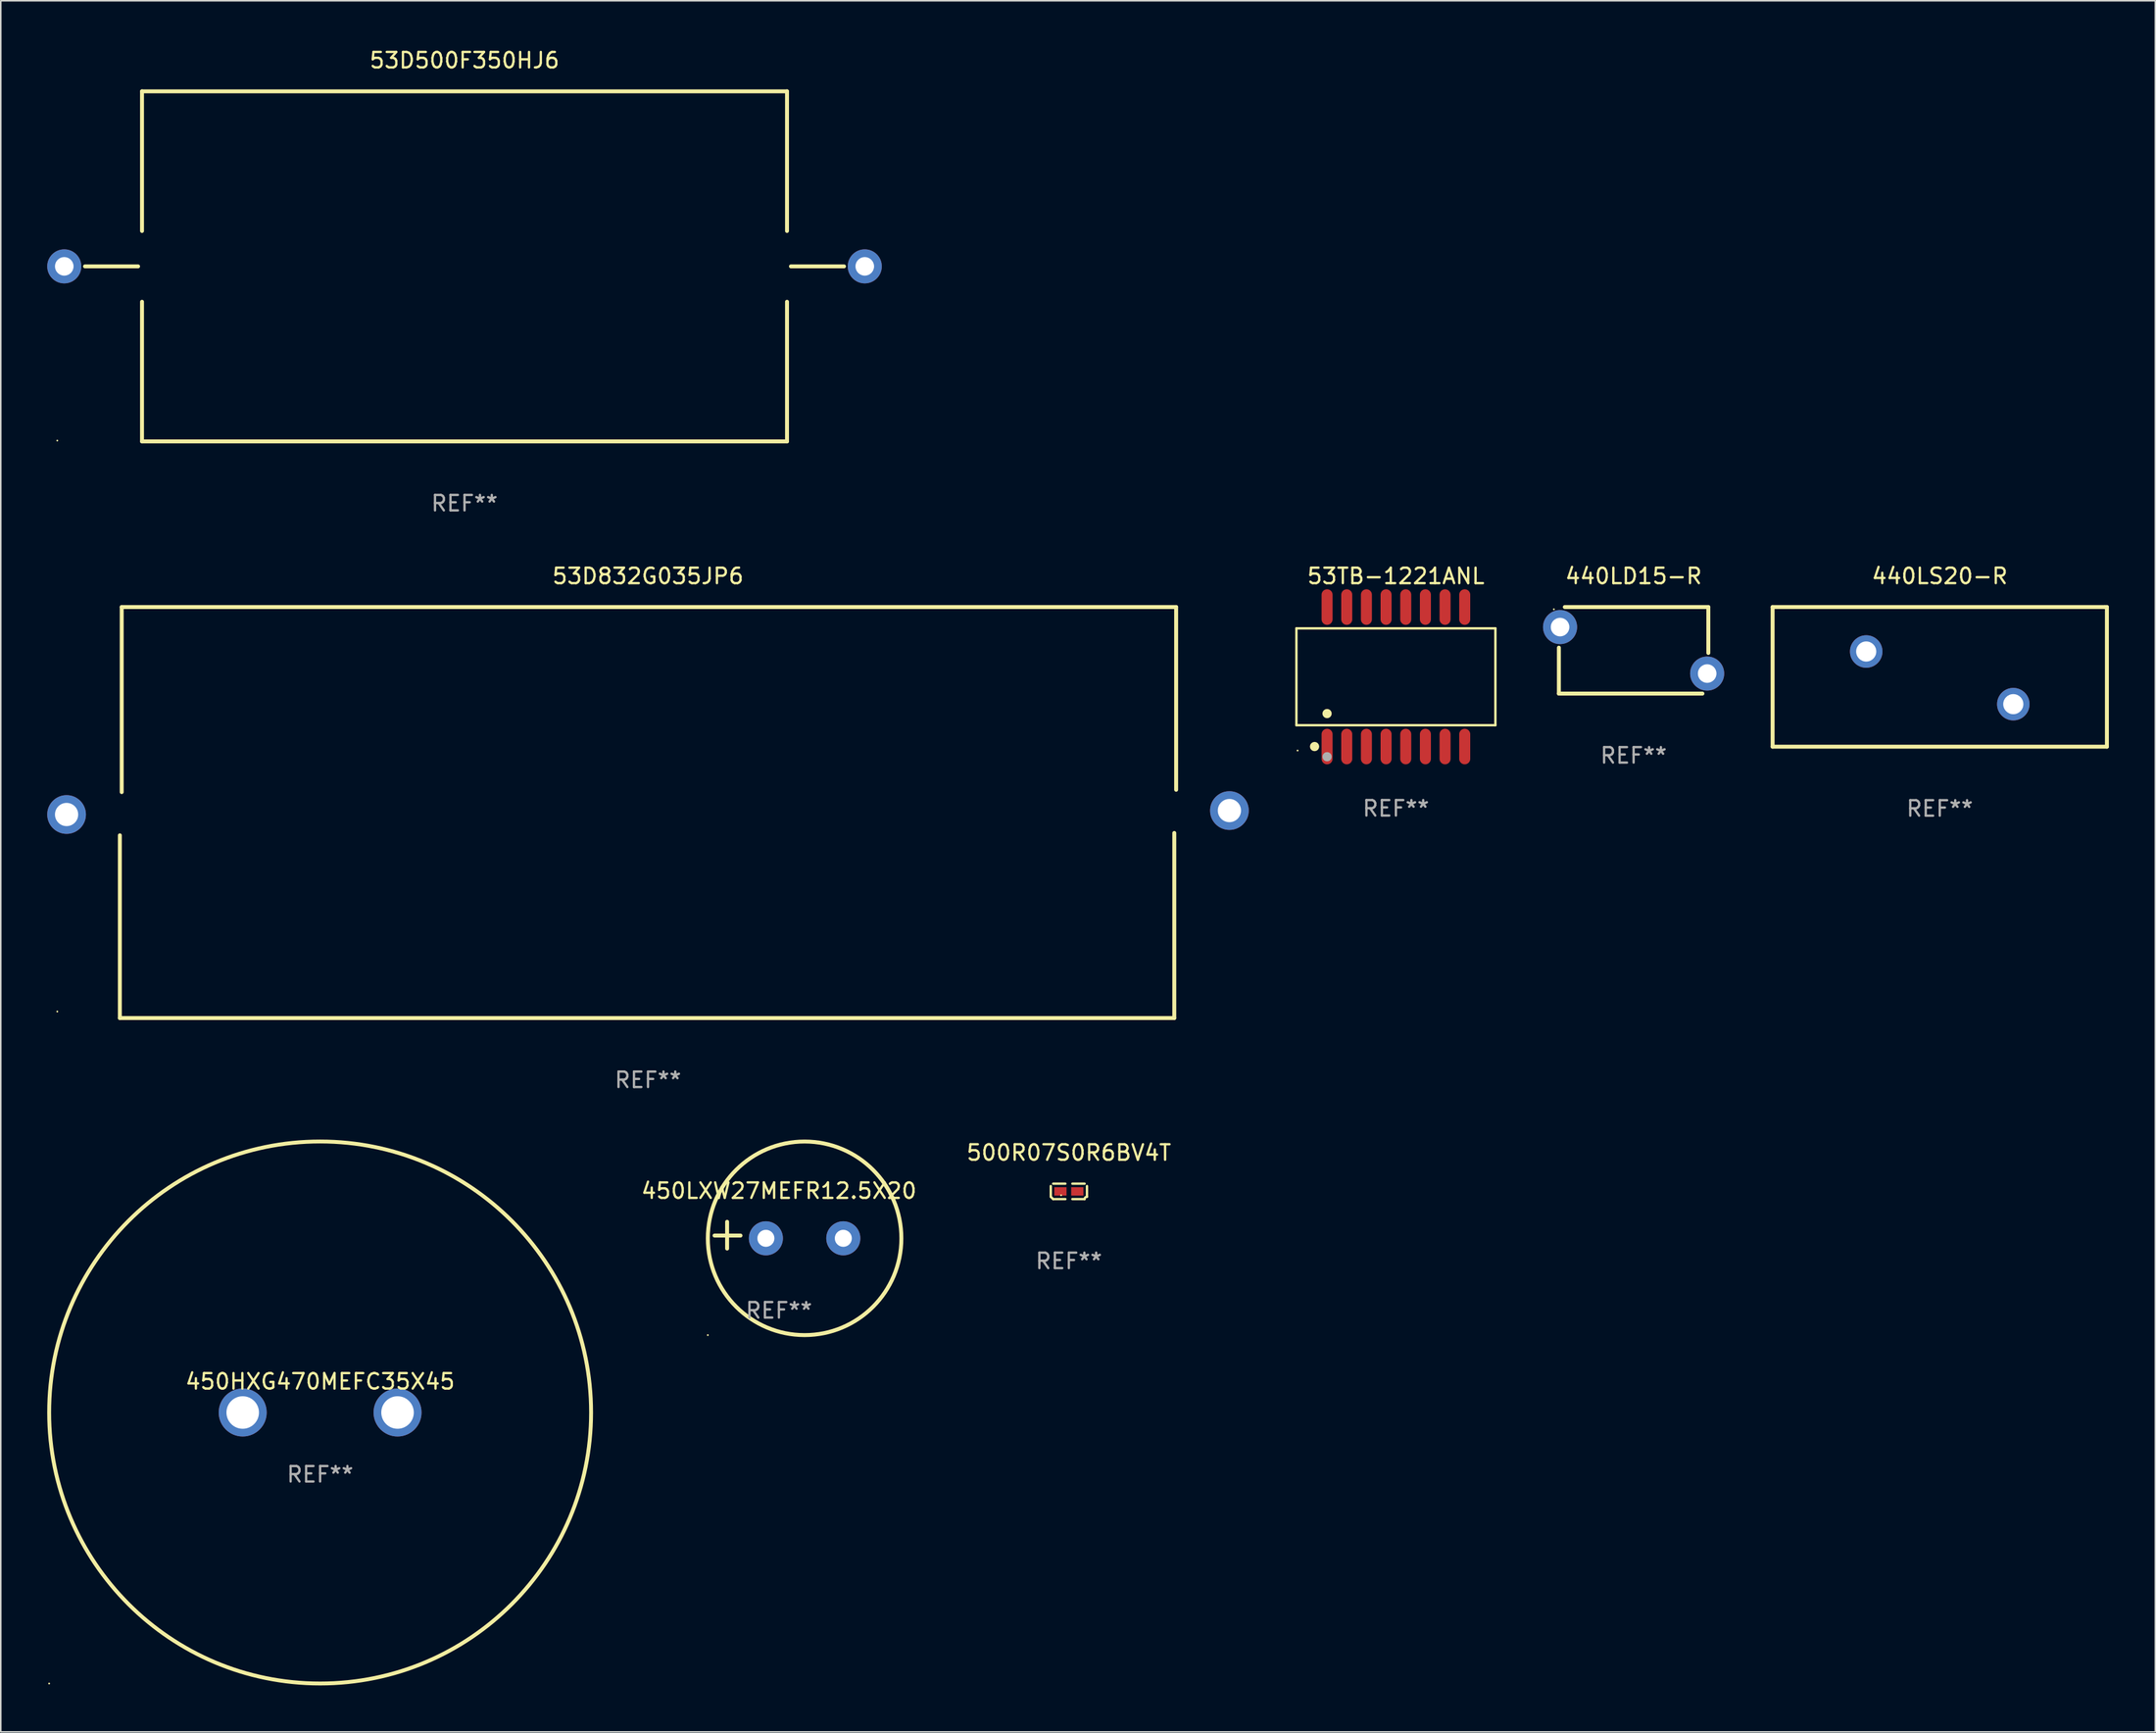
<source format=kicad_pcb>
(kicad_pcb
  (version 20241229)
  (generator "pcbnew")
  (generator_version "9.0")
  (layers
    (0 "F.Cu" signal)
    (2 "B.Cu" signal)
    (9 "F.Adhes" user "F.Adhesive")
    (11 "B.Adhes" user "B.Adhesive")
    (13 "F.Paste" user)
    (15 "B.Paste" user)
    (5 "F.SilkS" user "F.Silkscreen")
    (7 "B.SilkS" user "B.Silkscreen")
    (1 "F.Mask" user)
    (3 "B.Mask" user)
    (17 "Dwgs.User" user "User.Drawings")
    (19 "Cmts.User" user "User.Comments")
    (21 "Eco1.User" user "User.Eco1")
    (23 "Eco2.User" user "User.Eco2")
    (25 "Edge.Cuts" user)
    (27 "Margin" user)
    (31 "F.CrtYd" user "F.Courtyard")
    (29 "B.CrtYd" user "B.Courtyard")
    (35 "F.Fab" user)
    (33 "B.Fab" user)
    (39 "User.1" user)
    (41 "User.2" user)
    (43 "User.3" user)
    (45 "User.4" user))
  (footprint "500R07S0R6BV4T"
    (layer "F.Cu")
    (at 65.982 73.886)
    (property "Reference" "500R07S0R6BV4T" (at 0 -2.499 0) (layer "F.SilkS") (effects (font (size 1 1) (thickness 0.15))))
    (attr through_hole)
    (fp_line (start -1.169 0.346) (end -1.169 -0.346) (stroke (width 0.152) (type solid)) (layer "F.SilkS"))
    (fp_line (start -1.016 -0.499) (end -0.226 -0.499) (stroke (width 0.152) (type solid)) (layer "F.SilkS"))
    (fp_line (start -0.226 0.499) (end -1.016 0.499) (stroke (width 0.152) (type solid)) (layer "F.SilkS"))
    (fp_line (start 0.226 0.499) (end 1.016 0.499) (stroke (width 0.152) (type solid)) (layer "F.SilkS"))
    (fp_line (start 1.016 -0.499) (end 0.226 -0.499) (stroke (width 0.152) (type solid)) (layer "F.SilkS"))
    (fp_line (start 1.169 0.346) (end 1.169 -0.346) (stroke (width 0.152) (type solid)) (layer "F.SilkS"))
    (fp_arc (start -1.016307 0.498603) (mid -1.092512 0.422405) (end -1.16871 0.3462) (stroke (width 0.1524) (type solid)) (layer "F.SilkS"))
    (fp_arc (start 1.016307 0.498603) (mid 1.060899 0.390758) (end 1.168707 0.346076) (stroke (width 0.1524) (type solid)) (layer "F.SilkS"))
    (fp_circle (center -0.5 0.25) (end -0.47 0.25) (stroke (width 0.06) (type solid)) (fill no) (layer "F.SilkS"))
    (fp_text user "REF**" (at 0 4.499 0) (layer "F.Fab") (effects (font (size 1 1) (thickness 0.15))))
    (pad "1" smd rect (at -0.545 0) (size 0.79 0.54) (layers "F.Cu" "F.Mask" "F.Paste"))
    (pad "2" smd rect (at 0.545 0) (size 0.79 0.54) (layers "F.Cu" "F.Mask" "F.Paste")))
  (footprint "440LD15-R"
    (layer "F.Cu")
    (at 102.455 38.945)
    (property "Reference" "440LD15-R" (at 0 -4.794 0) (layer "F.SilkS") (effects (font (size 1 1) (thickness 0.15))))
    (attr through_hole)
    (fp_line (start -4.826 -0.171) (end -4.826 2.794) (stroke (width 0.254) (type solid)) (layer "F.SilkS"))
    (fp_line (start -4.826 2.794) (end 4.445 2.794) (stroke (width 0.254) (type solid)) (layer "F.SilkS"))
    (fp_line (start 4.826 -2.794) (end -4.445 -2.794) (stroke (width 0.254) (type solid)) (layer "F.SilkS"))
    (fp_line (start 4.826 0.171) (end 4.826 -2.794) (stroke (width 0.254) (type solid)) (layer "F.SilkS"))
    (fp_circle (center -5.15 -2.65) (end -5.12 -2.65) (stroke (width 0.06) (type solid)) (fill no) (layer "F.SilkS"))
    (fp_text user "REF**" (at 0 6.794 0) (layer "F.Fab") (effects (font (size 1 1) (thickness 0.15))))
    (pad "1" thru_hole circle (at -4.75 -1.5) (size 2.2 2.2) (drill 1.2) (layers "*.Cu" "*.Mask"))
    (pad "2" thru_hole circle (at 4.75 1.5) (size 2.2 2.2) (drill 1.2) (layers "*.Cu" "*.Mask")))
  (footprint "450LXW27MEFR12.5X20"
    (layer "F.Cu")
    (at 47.256 76.713)
    (property "Reference" "450LXW27MEFR12.5X20" (at 0 -2.864 0) (layer "F.SilkS") (effects (font (size 1 1) (thickness 0.15))))
    (attr through_hole)
    (fp_line (start -3.346 0.864) (end -3.346 -0.864) (stroke (width 0.254) (type solid)) (layer "F.SilkS"))
    (fp_line (start -2.482 0.025) (end -4.158 0.025) (stroke (width 0.254) (type solid)) (layer "F.SilkS"))
    (fp_circle (center -4.592 6.453) (end -4.562 6.453) (stroke (width 0.06) (type solid)) (fill no) (layer "F.SilkS"))
    (fp_circle (center 1.658 0.203) (end 7.908 0.203) (stroke (width 0.254) (type solid)) (fill no) (layer "F.SilkS"))
    (fp_text user "REF**" (at 0 4.864 0) (layer "F.Fab") (effects (font (size 1 1) (thickness 0.15))))
    (pad "1" thru_hole circle (at -0.842 0.203) (size 2.2 2.2) (drill 1.1) (layers "*.Cu" "*.Mask"))
    (pad "2" thru_hole circle (at 4.158 0.203) (size 2.2 2.2) (drill 1.1) (layers "*.Cu" "*.Mask")))
  (footprint "53D832G035JP6"
    (layer "F.Cu")
    (at 38.8 49.421)
    (property "Reference" "53D832G035JP6" (at 0 -15.27 0) (layer "F.SilkS") (effects (font (size 1 1) (thickness 0.15))))
    (attr through_hole)
    (fp_line (start -34.11 13.27) (end -34.11 1.47) (stroke (width 0.254) (type solid)) (layer "F.SilkS"))
    (fp_line (start -33.99 -13.27) (end 34.11 -13.27) (stroke (width 0.254) (type solid)) (layer "F.SilkS"))
    (fp_line (start -33.99 -1.32) (end -33.99 -13.27) (stroke (width 0.254) (type solid)) (layer "F.SilkS"))
    (fp_line (start 33.99 1.32) (end 33.99 13.27) (stroke (width 0.254) (type solid)) (layer "F.SilkS"))
    (fp_line (start 33.99 13.27) (end -34.11 13.27) (stroke (width 0.254) (type solid)) (layer "F.SilkS"))
    (fp_line (start 34.11 -13.27) (end 34.11 -1.47) (stroke (width 0.254) (type solid)) (layer "F.SilkS"))
    (fp_circle (center -38.15 12.85) (end -38.12 12.85) (stroke (width 0.06) (type solid)) (fill no) (layer "F.SilkS"))
    (fp_text user "REF**" (at 0 17.27 0) (layer "F.Fab") (effects (font (size 1 1) (thickness 0.15))))
    (pad "1" thru_hole circle (at -37.55 0.127) (size 2.5 2.5) (drill 1.5) (layers "*.Cu" "*.Mask"))
    (pad "2" thru_hole circle (at 37.55 -0.127) (size 2.5 2.5) (drill 1.5) (layers "*.Cu" "*.Mask")))
  (footprint "450HXG470MEFC35X45"
    (layer "F.Cu")
    (at 17.625 88.164)
    (property "Reference" "450HXG470MEFC35X45" (at 0 -2 0) (layer "F.SilkS") (effects (font (size 1 1) (thickness 0.15))))
    (attr through_hole)
    (fp_circle (center -17.501 17.501) (end -17.471 17.501) (stroke (width 0.06) (type solid)) (fill no) (layer "F.SilkS"))
    (fp_circle (center 0 0) (end 17.5 0) (stroke (width 0.25) (type solid)) (fill no) (layer "F.SilkS"))
    (fp_text user "REF**" (at 0 4 0) (layer "F.Fab") (effects (font (size 1 1) (thickness 0.15))))
    (pad "1" thru_hole circle (at -5 0) (size 3.1 3.1) (drill 2.1) (layers "*.Cu" "*.Mask"))
    (pad "2" thru_hole circle (at 5 0) (size 3.1 3.1) (drill 2.1) (layers "*.Cu" "*.Mask")))
  (footprint "53D500F350HJ6"
    (layer "F.Cu")
    (at 26.95 14.151)
    (property "Reference" "53D500F350HJ6" (at 0 -13.303 0) (layer "F.SilkS") (effects (font (size 1 1) (thickness 0.15))))
    (attr through_hole)
    (fp_line (start -21.082 0) (end -24.511 0) (stroke (width 0.254) (type solid)) (layer "F.SilkS"))
    (fp_line (start -20.828 -11.303) (end 20.828 -11.303) (stroke (width 0.254) (type solid)) (layer "F.SilkS"))
    (fp_line (start -20.828 -2.286) (end -20.828 -11.303) (stroke (width 0.254) (type solid)) (layer "F.SilkS"))
    (fp_line (start -20.828 11.303) (end -20.828 2.286) (stroke (width 0.254) (type solid)) (layer "F.SilkS"))
    (fp_line (start 20.828 -11.303) (end 20.828 -2.286) (stroke (width 0.254) (type solid)) (layer "F.SilkS"))
    (fp_line (start 20.828 2.286) (end 20.828 11.303) (stroke (width 0.254) (type solid)) (layer "F.SilkS"))
    (fp_line (start 20.828 11.303) (end -20.828 11.303) (stroke (width 0.254) (type solid)) (layer "F.SilkS"))
    (fp_line (start 21.082 0) (end 24.511 0) (stroke (width 0.254) (type solid)) (layer "F.SilkS"))
    (fp_circle (center -26.3 11.25) (end -26.27 11.25) (stroke (width 0.06) (type solid)) (fill no) (layer "F.SilkS"))
    (fp_text user "REF**" (at 0 15.303 0) (layer "F.Fab") (effects (font (size 1 1) (thickness 0.15))))
    (pad "1" thru_hole circle (at -25.85 0) (size 2.2 2.2) (drill 1.2) (layers "*.Cu" "*.Mask"))
    (pad "2" thru_hole circle (at 25.85 0) (size 2.2 2.2) (drill 1.2) (layers "*.Cu" "*.Mask")))
  (footprint "440LS20-R"
    (layer "F.Cu")
    (at 122.227 40.659)
    (property "Reference" "440LS20-R" (at 0 -6.509 0) (layer "F.SilkS") (effects (font (size 1 1) (thickness 0.15))))
    (attr through_hole)
    (fp_line (start -10.795 -4.509) (end 10.668 -4.509) (stroke (width 0.254) (type solid)) (layer "F.SilkS"))
    (fp_line (start -10.795 4.509) (end -10.795 -4.509) (stroke (width 0.254) (type solid)) (layer "F.SilkS"))
    (fp_line (start 10.668 -4.509) (end 10.795 -4.509) (stroke (width 0.254) (type solid)) (layer "F.SilkS"))
    (fp_line (start 10.795 -4.509) (end 10.795 4.509) (stroke (width 0.254) (type solid)) (layer "F.SilkS"))
    (fp_line (start 10.795 4.509) (end -10.795 4.509) (stroke (width 0.254) (type solid)) (layer "F.SilkS"))
    (fp_circle (center -10.8 -4.437) (end -10.77 -4.437) (stroke (width 0.06) (type solid)) (fill no) (layer "F.SilkS"))
    (fp_text user "REF**" (at 0 8.509 0) (layer "F.Fab") (effects (font (size 1 1) (thickness 0.15))))
    (pad "1" thru_hole circle (at -4.75 -1.637) (size 2.1 2.1) (drill 1.3) (layers "*.Cu" "*.Mask"))
    (pad "2" thru_hole circle (at 4.75 1.763) (size 2.1 2.1) (drill 1.3) (layers "*.Cu" "*.Mask")))
  (footprint "53TB-1221ANL"
    (layer "F.Cu")
    (at 87.103 40.655)
    (property "Reference" "53TB-1221ANL" (at 0 -6.504 0) (layer "F.SilkS") (effects (font (size 1 1) (thickness 0.15))))
    (attr through_hole)
    (fp_line (start -6.426 -3.128) (end 6.426 -3.128) (stroke (width 0.152) (type solid)) (layer "F.SilkS"))
    (fp_line (start -6.426 3.127) (end -6.426 -3.128) (stroke (width 0.152) (type solid)) (layer "F.SilkS"))
    (fp_line (start 6.426 -3.128) (end 6.426 3.127) (stroke (width 0.152) (type solid)) (layer "F.SilkS"))
    (fp_line (start 6.426 3.127) (end -6.426 3.127) (stroke (width 0.152) (type solid)) (layer "F.SilkS"))
    (fp_circle (center -6.35 4.762) (end -6.32 4.762) (stroke (width 0.06) (type solid)) (fill no) (layer "F.SilkS"))
    (fp_circle (center -5.253 4.504) (end -5.103 4.504) (stroke (width 0.3) (type solid)) (fill no) (layer "F.SilkS"))
    (fp_circle (center -4.445 2.375) (end -4.295 2.375) (stroke (width 0.3) (type solid)) (fill no) (layer "F.SilkS"))
    (fp_circle (center -4.445 5.162) (end -4.295 5.162) (stroke (width 0.3) (type solid)) (fill no) (layer "F.Fab"))
    (fp_text user "REF**" (at 0 8.504 0) (layer "F.Fab") (effects (font (size 1 1) (thickness 0.15))))
    (pad "1" smd oval (at -4.445 4.504) (size 0.711 2.296) (layers "F.Cu" "F.Mask" "F.Paste"))
    (pad "2" smd oval (at -3.175 4.504) (size 0.711 2.296) (layers "F.Cu" "F.Mask" "F.Paste"))
    (pad "3" smd oval (at -1.905 4.504) (size 0.711 2.296) (layers "F.Cu" "F.Mask" "F.Paste"))
    (pad "4" smd oval (at -0.635 4.504) (size 0.711 2.296) (layers "F.Cu" "F.Mask" "F.Paste"))
    (pad "5" smd oval (at 0.635 4.504) (size 0.711 2.296) (layers "F.Cu" "F.Mask" "F.Paste"))
    (pad "6" smd oval (at 1.905 4.504) (size 0.711 2.296) (layers "F.Cu" "F.Mask" "F.Paste"))
    (pad "7" smd oval (at 3.175 4.504) (size 0.711 2.296) (layers "F.Cu" "F.Mask" "F.Paste"))
    (pad "8" smd oval (at 4.445 4.504) (size 0.711 2.296) (layers "F.Cu" "F.Mask" "F.Paste"))
    (pad "9" smd oval (at 4.445 -4.504) (size 0.711 2.296) (layers "F.Cu" "F.Mask" "F.Paste"))
    (pad "10" smd oval (at 3.175 -4.504) (size 0.711 2.296) (layers "F.Cu" "F.Mask" "F.Paste"))
    (pad "11" smd oval (at 1.905 -4.504) (size 0.711 2.296) (layers "F.Cu" "F.Mask" "F.Paste"))
    (pad "12" smd oval (at 0.635 -4.504) (size 0.711 2.296) (layers "F.Cu" "F.Mask" "F.Paste"))
    (pad "13" smd oval (at -0.635 -4.504) (size 0.711 2.296) (layers "F.Cu" "F.Mask" "F.Paste"))
    (pad "14" smd oval (at -1.905 -4.504) (size 0.711 2.296) (layers "F.Cu" "F.Mask" "F.Paste"))
    (pad "15" smd oval (at -3.175 -4.504) (size 0.711 2.296) (layers "F.Cu" "F.Mask" "F.Paste"))
    (pad "16" smd oval (at -4.445 -4.504) (size 0.711 2.296) (layers "F.Cu" "F.Mask" "F.Paste")))
  (gr_rect
    (start -3 -3)
    (end 136.149 108.789)
    (stroke (width 0.1) (type default))
    (fill no)
    (layer "Edge.Cuts")))
</source>
